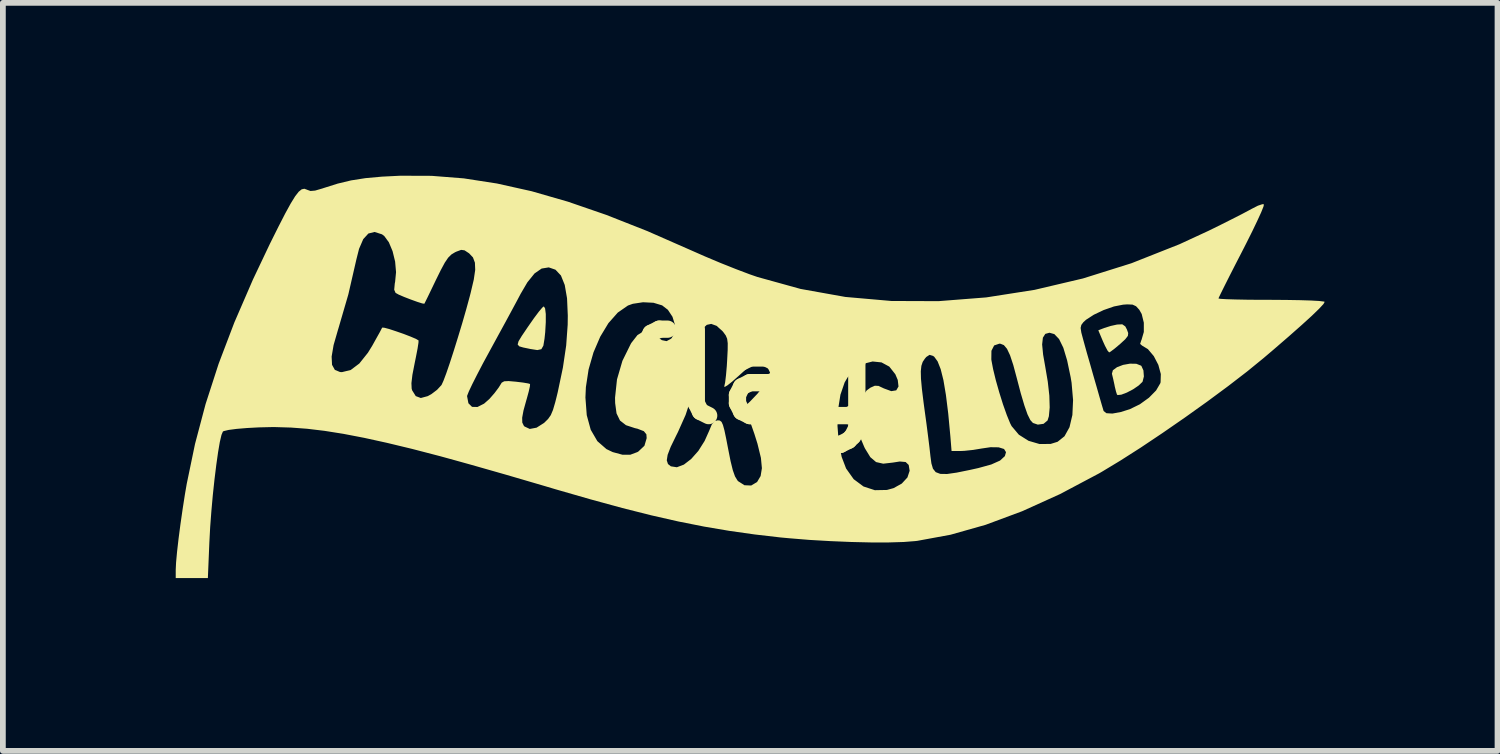
<source format=kicad_pcb>
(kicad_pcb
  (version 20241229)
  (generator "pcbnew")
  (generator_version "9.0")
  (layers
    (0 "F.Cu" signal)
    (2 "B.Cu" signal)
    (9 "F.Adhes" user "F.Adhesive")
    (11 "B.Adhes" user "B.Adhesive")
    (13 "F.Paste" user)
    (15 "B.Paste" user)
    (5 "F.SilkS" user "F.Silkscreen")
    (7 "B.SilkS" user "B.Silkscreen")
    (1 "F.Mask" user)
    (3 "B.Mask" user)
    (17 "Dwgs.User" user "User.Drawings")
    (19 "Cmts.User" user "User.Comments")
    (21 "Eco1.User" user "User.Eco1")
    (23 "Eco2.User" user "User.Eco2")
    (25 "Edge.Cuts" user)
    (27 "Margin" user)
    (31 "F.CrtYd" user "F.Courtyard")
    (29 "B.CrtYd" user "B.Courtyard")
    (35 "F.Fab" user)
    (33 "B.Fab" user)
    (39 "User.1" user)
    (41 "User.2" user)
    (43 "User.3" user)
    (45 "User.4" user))
  (footprint "flag"
    (layer "F.Cu")
    (at 10 3.485)
    (property "Reference" "flag" (at 0 0 0) (layer "F.SilkS") (effects (font (size 1.5 1.5) (thickness 0.3))))
    (attr board_only exclude_from_pos_files exclude_from_bom)
    (fp_poly (pts (xy 6.481 -0.87) (xy 6.509 -0.817) (xy 6.532 -0.754) (xy 6.526 -0.705) (xy 6.48 -0.646) (xy 6.392 -0.565) (xy 6.298 -0.486) (xy 6.228 -0.433) (xy 6.201 -0.418) (xy 6.173 -0.45) (xy 6.129 -0.533) (xy 6.094 -0.61) (xy 6.013 -0.802) (xy 6.115 -0.842) (xy 6.23 -0.878) (xy 6.339 -0.902) (xy 6.429 -0.906)) (stroke (width 0) (type solid)) (fill yes) (layer "F.SilkS"))
    (fp_poly (pts (xy -3.589 -1.182) (xy -3.577 -1.085) (xy -3.577 -0.943) (xy -3.587 -0.769) (xy -3.599 -0.656) (xy -3.619 -0.535) (xy -3.654 -0.474) (xy -3.724 -0.459) (xy -3.846 -0.478) (xy -3.859 -0.481) (xy -3.97 -0.504) (xy -4.038 -0.524) (xy -4.065 -0.556) (xy -4.05 -0.611) (xy -3.994 -0.704) (xy -3.898 -0.846) (xy -3.878 -0.875) (xy -3.781 -1.014) (xy -3.697 -1.126) (xy -3.637 -1.197) (xy -3.611 -1.217)) (stroke (width 0) (type solid)) (fill yes) (layer "F.SilkS"))
    (fp_poly (pts (xy 6.673 -0.221) (xy 6.754 -0.189) (xy 6.761 -0.183) (xy 6.796 -0.106) (xy 6.804 -0.001) (xy 6.782 0.087) (xy 6.777 0.095) (xy 6.711 0.158) (xy 6.615 0.223) (xy 6.508 0.279) (xy 6.413 0.315) (xy 6.349 0.322) (xy 6.337 0.313) (xy 6.32 0.26) (xy 6.297 0.166) (xy 6.295 0.152) (xy 6.271 0.042) (xy 6.25 -0.045) (xy 6.249 -0.048) (xy 6.266 -0.109) (xy 6.338 -0.162) (xy 6.444 -0.202) (xy 6.562 -0.223)) (stroke (width 0) (type solid)) (fill yes) (layer "F.SilkS"))
    (fp_poly (pts (xy -5.558 -3.483) (xy -5 -3.439) (xy -4.424 -3.35) (xy -3.823 -3.216) (xy -3.191 -3.034) (xy -2.524 -2.804) (xy -1.814 -2.524) (xy -1.065 -2.195) (xy -0.813 -2.084) (xy -0.542 -1.97) (xy -0.276 -1.864) (xy -0.038 -1.774) (xy 0.095 -1.728) (xy 0.846 -1.52) (xy 1.623 -1.381) (xy 2.422 -1.311) (xy 3.239 -1.308) (xy 4.068 -1.373) (xy 4.906 -1.504) (xy 5.747 -1.702) (xy 6.588 -1.966) (xy 7.422 -2.296) (xy 7.928 -2.53) (xy 8.135 -2.632) (xy 8.332 -2.731) (xy 8.503 -2.818) (xy 8.631 -2.886) (xy 8.679 -2.912) (xy 8.783 -2.965) (xy 8.861 -2.991) (xy 8.888 -2.988) (xy 8.879 -2.948) (xy 8.84 -2.85) (xy 8.773 -2.704) (xy 8.685 -2.52) (xy 8.579 -2.308) (xy 8.508 -2.169) (xy 8.392 -1.944) (xy 8.289 -1.742) (xy 8.204 -1.573) (xy 8.141 -1.446) (xy 8.105 -1.371) (xy 8.099 -1.354) (xy 8.135 -1.348) (xy 8.237 -1.342) (xy 8.394 -1.337) (xy 8.597 -1.333) (xy 8.833 -1.331) (xy 9.009 -1.331) (xy 9.278 -1.329) (xy 9.513 -1.325) (xy 9.706 -1.319) (xy 9.847 -1.311) (xy 9.927 -1.301) (xy 9.942 -1.296) (xy 9.921 -1.258) (xy 9.845 -1.176) (xy 9.717 -1.052) (xy 9.54 -0.891) (xy 9.317 -0.694) (xy 9.052 -0.465) (xy 8.879 -0.318) (xy 8.597 -0.088) (xy 8.266 0.167) (xy 7.901 0.437) (xy 7.516 0.712) (xy 7.127 0.981) (xy 6.749 1.234) (xy 6.395 1.46) (xy 6.082 1.649) (xy 6.027 1.681) (xy 5.35 2.04) (xy 4.692 2.338) (xy 4.057 2.574) (xy 3.449 2.746) (xy 2.873 2.852) (xy 2.84 2.856) (xy 2.638 2.872) (xy 2.375 2.88) (xy 2.065 2.88) (xy 1.723 2.872) (xy 1.363 2.857) (xy 0.999 2.836) (xy 0.646 2.807) (xy 0.494 2.793) (xy 0.046 2.741) (xy -0.391 2.679) (xy -0.828 2.605) (xy -1.276 2.516) (xy -1.747 2.409) (xy -2.251 2.282) (xy -2.8 2.132) (xy -3.405 1.958) (xy -3.593 1.902) (xy -4.262 1.706) (xy -4.865 1.534) (xy -5.149 1.455) (xy -1.477 1.455) (xy -1.456 1.519) (xy -1.406 1.559) (xy -1.302 1.575) (xy -1.18 1.529) (xy -1.053 1.431) (xy -0.929 1.291) (xy -0.82 1.118) (xy -0.743 0.946) (xy -0.695 0.831) (xy -0.648 0.775) (xy -0.591 0.76) (xy -0.555 0.765) (xy -0.526 0.788) (xy -0.502 0.841) (xy -0.476 0.936) (xy -0.445 1.084) (xy -0.414 1.245) (xy -0.37 1.467) (xy -0.331 1.626) (xy -0.293 1.733) (xy -0.252 1.801) (xy -0.24 1.816) (xy -0.129 1.887) (xy -0.012 1.892) (xy 0.089 1.832) (xy 0.091 1.83) (xy 0.152 1.727) (xy 0.174 1.591) (xy 0.157 1.412) (xy 0.1 1.178) (xy 0.097 1.166) (xy 0.044 0.997) (xy -0.005 0.857) (xy 1.486 0.857) (xy 1.507 1.139) (xy 1.559 1.397) (xy 1.635 1.596) (xy 1.767 1.782) (xy 1.938 1.909) (xy 2.134 1.973) (xy 2.344 1.969) (xy 2.46 1.937) (xy 2.602 1.858) (xy 2.7 1.752) (xy 2.738 1.637) (xy 2.738 1.633) (xy 2.722 1.535) (xy 2.669 1.484) (xy 2.567 1.475) (xy 2.445 1.494) (xy 2.28 1.513) (xy 2.156 1.485) (xy 2.056 1.4) (xy 1.964 1.25) (xy 1.952 1.226) (xy 1.89 1.079) (xy 1.859 0.935) (xy 1.849 0.755) (xy 1.849 0.747) (xy 1.863 0.521) (xy 1.91 0.356) (xy 1.993 0.241) (xy 2.059 0.193) (xy 2.134 0.16) (xy 2.198 0.163) (xy 2.29 0.206) (xy 2.292 0.207) (xy 2.42 0.254) (xy 2.506 0.24) (xy 2.545 0.173) (xy 2.532 0.06) (xy 2.49 -0.039) (xy 2.449 -0.091) (xy 2.932 -0.091) (xy 2.935 0.038) (xy 2.951 0.215) (xy 2.98 0.45) (xy 3 0.598) (xy 3.03 0.817) (xy 3.058 1.035) (xy 3.082 1.228) (xy 3.098 1.371) (xy 3.099 1.381) (xy 3.116 1.508) (xy 3.143 1.6) (xy 3.191 1.66) (xy 3.27 1.69) (xy 3.388 1.692) (xy 3.555 1.668) (xy 3.781 1.622) (xy 3.93 1.589) (xy 4.155 1.527) (xy 4.307 1.459) (xy 4.391 1.382) (xy 4.411 1.313) (xy 4.377 1.258) (xy 4.283 1.229) (xy 4.142 1.227) (xy 3.992 1.249) (xy 3.84 1.274) (xy 3.689 1.29) (xy 3.623 1.293) (xy 3.466 1.293) (xy 3.445 1.036) (xy 3.408 0.642) (xy 3.368 0.32) (xy 3.325 0.064) (xy 3.277 -0.128) (xy 3.224 -0.262) (xy 3.198 -0.298) (xy 4.156 -0.298) (xy 4.158 -0.282) (xy 4.187 -0.128) (xy 4.234 0.065) (xy 4.294 0.276) (xy 4.359 0.484) (xy 4.425 0.67) (xy 4.483 0.812) (xy 4.508 0.861) (xy 4.634 1.01) (xy 4.802 1.116) (xy 4.993 1.172) (xy 5.186 1.17) (xy 5.306 1.133) (xy 5.426 1.037) (xy 5.513 0.88) (xy 5.563 0.668) (xy 5.575 0.409) (xy 5.549 0.108) (xy 5.533 0.012) (xy 5.472 -0.279) (xy 5.406 -0.499) (xy 5.332 -0.65) (xy 5.25 -0.736) (xy 5.165 -0.76) (xy 5.093 -0.74) (xy 5.051 -0.674) (xy 5.038 -0.556) (xy 5.055 -0.38) (xy 5.091 -0.176) (xy 5.136 0.09) (xy 5.163 0.332) (xy 5.169 0.537) (xy 5.155 0.69) (xy 5.132 0.763) (xy 5.063 0.821) (xy 4.963 0.835) (xy 4.878 0.806) (xy 4.833 0.756) (xy 4.784 0.657) (xy 4.73 0.503) (xy 4.666 0.287) (xy 4.6 0.035) (xy 4.537 -0.2) (xy 4.481 -0.369) (xy 4.428 -0.481) (xy 4.374 -0.545) (xy 4.314 -0.569) (xy 4.295 -0.57) (xy 4.205 -0.539) (xy 4.158 -0.447) (xy 4.156 -0.298) (xy 3.198 -0.298) (xy 3.165 -0.343) (xy 3.144 -0.358) (xy 3.084 -0.376) (xy 3.027 -0.339) (xy 3.002 -0.309) (xy 2.965 -0.254) (xy 2.942 -0.185) (xy 2.932 -0.091) (xy 2.449 -0.091) (xy 2.385 -0.172) (xy 2.25 -0.245) (xy 2.096 -0.261) (xy 1.938 -0.221) (xy 1.789 -0.128) (xy 1.661 0.016) (xy 1.61 0.103) (xy 1.537 0.316) (xy 1.496 0.575) (xy 1.486 0.857) (xy -0.005 0.857) (xy -0.012 0.837) (xy -0.061 0.715) (xy -0.075 0.687) (xy -0.148 0.543) (xy -0.031 0.433) (xy 0.096 0.3) (xy 0.216 0.151) (xy 0.317 0.001) (xy 0.389 -0.13) (xy 0.418 -0.227) (xy 0.418 -0.234) (xy 0.397 -0.336) (xy 0.333 -0.376) (xy 0.228 -0.353) (xy 0.081 -0.268) (xy -0.106 -0.122) (xy -0.226 -0.014) (xy -0.339 0.086) (xy -0.425 0.154) (xy -0.473 0.182) (xy -0.479 0.171) (xy -0.464 0.102) (xy -0.449 -0.023) (xy -0.435 -0.183) (xy -0.429 -0.286) (xy -0.42 -0.46) (xy -0.419 -0.577) (xy -0.429 -0.655) (xy -0.453 -0.712) (xy -0.493 -0.767) (xy -0.512 -0.79) (xy -0.572 -0.843) (xy 5.706 -0.843) (xy 5.718 -0.763) (xy 5.747 -0.654) (xy 5.775 -0.552) (xy 5.817 -0.401) (xy 5.87 -0.218) (xy 5.926 -0.02) (xy 5.983 0.177) (xy 6.034 0.356) (xy 6.075 0.498) (xy 6.102 0.588) (xy 6.105 0.599) (xy 6.154 0.637) (xy 6.258 0.643) (xy 6.404 0.616) (xy 6.56 0.567) (xy 6.734 0.482) (xy 6.892 0.368) (xy 7.016 0.242) (xy 7.088 0.119) (xy 7.094 0.1) (xy 7.098 -0.043) (xy 7.055 -0.202) (xy 6.976 -0.354) (xy 6.874 -0.475) (xy 6.772 -0.537) (xy 6.739 -0.566) (xy 6.758 -0.626) (xy 6.763 -0.636) (xy 6.803 -0.773) (xy 6.803 -0.934) (xy 6.766 -1.085) (xy 6.724 -1.159) (xy 6.668 -1.22) (xy 6.607 -1.248) (xy 6.514 -1.252) (xy 6.443 -1.247) (xy 6.285 -1.216) (xy 6.107 -1.154) (xy 5.936 -1.073) (xy 5.8 -0.985) (xy 5.753 -0.942) (xy 5.718 -0.895) (xy 5.706 -0.843) (xy -0.572 -0.843) (xy -0.611 -0.879) (xy -0.705 -0.913) (xy -0.706 -0.913) (xy -0.782 -0.897) (xy -0.84 -0.843) (xy -0.885 -0.742) (xy -0.919 -0.586) (xy -0.945 -0.366) (xy -0.953 -0.271) (xy -0.993 0.077) (xy -1.056 0.38) (xy -1.15 0.666) (xy -1.283 0.964) (xy -1.316 1.03) (xy -1.409 1.221) (xy -1.462 1.359) (xy -1.477 1.455) (xy -5.149 1.455) (xy -5.407 1.384) (xy -5.895 1.257) (xy -6.335 1.151) (xy -6.731 1.064) (xy -7.09 0.995) (xy -7.417 0.943) (xy -7.718 0.907) (xy -7.999 0.886) (xy -8.265 0.878) (xy -8.346 0.878) (xy -8.56 0.883) (xy -8.763 0.894) (xy -8.942 0.909) (xy -9.081 0.927) (xy -9.165 0.947) (xy -9.181 0.955) (xy -9.206 1.014) (xy -9.235 1.138) (xy -9.265 1.315) (xy -9.296 1.534) (xy -9.327 1.785) (xy -9.356 2.056) (xy -9.381 2.335) (xy -9.402 2.612) (xy -9.416 2.876) (xy -9.417 2.899) (xy -9.442 3.498) (xy -9.721 3.498) (xy -10 3.498) (xy -10 3.354) (xy -9.994 3.229) (xy -9.977 3.044) (xy -9.951 2.817) (xy -9.918 2.564) (xy -9.88 2.3) (xy -9.84 2.043) (xy -9.809 1.863) (xy -9.665 1.17) (xy -9.482 0.479) (xy -9.256 -0.219) (xy -9.208 -0.346) (xy -7.294 -0.346) (xy -7.287 -0.203) (xy -7.238 -0.115) (xy -7.148 -0.078) (xy -7.115 -0.076) (xy -6.963 -0.113) (xy -6.813 -0.226) (xy -6.664 -0.413) (xy -6.59 -0.533) (xy -6.516 -0.666) (xy -6.456 -0.773) (xy -6.422 -0.839) (xy -6.417 -0.849) (xy -6.381 -0.847) (xy -6.294 -0.824) (xy -6.176 -0.785) (xy -6.046 -0.74) (xy -5.924 -0.693) (xy -5.83 -0.653) (xy -5.785 -0.626) (xy -5.787 -0.586) (xy -5.802 -0.488) (xy -5.829 -0.348) (xy -5.852 -0.235) (xy -5.892 -0.03) (xy -5.909 0.115) (xy -5.905 0.21) (xy -5.897 0.239) (xy -5.834 0.34) (xy -5.746 0.373) (xy -5.631 0.342) (xy -4.943 0.342) (xy -4.92 0.464) (xy -4.857 0.527) (xy -4.763 0.529) (xy -4.648 0.471) (xy -4.556 0.39) (xy -4.467 0.288) (xy -4.395 0.192) (xy -4.373 0.157) (xy -4.342 0.107) (xy -4.299 0.083) (xy -4.223 0.079) (xy -4.096 0.09) (xy -3.972 0.105) (xy -3.883 0.12) (xy -3.85 0.13) (xy -3.853 0.171) (xy -3.874 0.265) (xy -3.909 0.393) (xy -3.914 0.409) (xy -3.964 0.59) (xy -3.987 0.715) (xy -3.985 0.799) (xy -3.958 0.855) (xy -3.947 0.867) (xy -3.855 0.91) (xy -3.737 0.888) (xy -3.606 0.805) (xy -3.598 0.797) (xy -3.537 0.737) (xy -3.49 0.67) (xy -3.452 0.58) (xy -3.413 0.447) (xy -3.392 0.364) (xy -2.889 0.364) (xy -2.866 0.671) (xy -2.797 0.924) (xy -2.682 1.122) (xy -2.524 1.26) (xy -2.415 1.312) (xy -2.245 1.358) (xy -2.111 1.358) (xy -1.988 1.312) (xy -1.972 1.303) (xy -1.865 1.202) (xy -1.826 1.07) (xy -1.831 1.003) (xy -1.875 0.949) (xy -1.986 0.906) (xy -2.03 0.896) (xy -2.185 0.845) (xy -2.289 0.764) (xy -2.349 0.64) (xy -2.373 0.462) (xy -2.375 0.368) (xy -2.341 0.05) (xy -2.247 -0.272) (xy -2.102 -0.566) (xy -2.092 -0.583) (xy -1.986 -0.719) (xy -1.883 -0.782) (xy -1.776 -0.774) (xy -1.671 -0.707) (xy -1.562 -0.631) (xy -1.48 -0.614) (xy -1.406 -0.654) (xy -1.391 -0.668) (xy -1.338 -0.77) (xy -1.336 -0.9) (xy -1.378 -1.037) (xy -1.458 -1.158) (xy -1.558 -1.235) (xy -1.708 -1.28) (xy -1.889 -1.289) (xy -2.067 -1.262) (xy -2.151 -1.232) (xy -2.327 -1.11) (xy -2.49 -0.926) (xy -2.632 -0.691) (xy -2.749 -0.419) (xy -2.834 -0.123) (xy -2.881 0.185) (xy -2.889 0.364) (xy -3.392 0.364) (xy -3.37 0.274) (xy -3.28 -0.154) (xy -3.223 -0.538) (xy -3.197 -0.898) (xy -3.195 -1.058) (xy -3.208 -1.358) (xy -3.248 -1.589) (xy -3.314 -1.753) (xy -3.409 -1.854) (xy -3.525 -1.894) (xy -3.649 -1.874) (xy -3.772 -1.789) (xy -3.897 -1.634) (xy -4.013 -1.436) (xy -4.076 -1.317) (xy -4.168 -1.146) (xy -4.28 -0.939) (xy -4.404 -0.712) (xy -4.531 -0.479) (xy -4.55 -0.444) (xy -4.667 -0.229) (xy -4.769 -0.033) (xy -4.853 0.133) (xy -4.912 0.258) (xy -4.941 0.331) (xy -4.943 0.342) (xy -5.631 0.342) (xy -5.625 0.34) (xy -5.563 0.306) (xy -5.464 0.231) (xy -5.389 0.15) (xy -5.385 0.144) (xy -5.353 0.074) (xy -5.304 -0.056) (xy -5.243 -0.234) (xy -5.174 -0.447) (xy -5.101 -0.682) (xy -5.027 -0.926) (xy -4.958 -1.166) (xy -4.897 -1.39) (xy -4.881 -1.452) (xy -4.827 -1.681) (xy -4.802 -1.851) (xy -4.807 -1.976) (xy -4.841 -2.067) (xy -4.906 -2.136) (xy -4.914 -2.142) (xy -4.987 -2.19) (xy -5.046 -2.198) (xy -5.127 -2.168) (xy -5.151 -2.157) (xy -5.214 -2.119) (xy -5.271 -2.063) (xy -5.33 -1.976) (xy -5.401 -1.844) (xy -5.48 -1.684) (xy -5.557 -1.524) (xy -5.621 -1.391) (xy -5.666 -1.3) (xy -5.685 -1.263) (xy -5.685 -1.263) (xy -5.723 -1.269) (xy -5.808 -1.296) (xy -5.919 -1.336) (xy -6.033 -1.38) (xy -6.129 -1.421) (xy -6.183 -1.451) (xy -6.184 -1.451) (xy -6.208 -1.506) (xy -6.198 -1.614) (xy -6.192 -1.644) (xy -6.176 -1.811) (xy -6.192 -1.995) (xy -6.236 -2.175) (xy -6.301 -2.33) (xy -6.381 -2.439) (xy -6.42 -2.468) (xy -6.548 -2.509) (xy -6.656 -2.482) (xy -6.745 -2.385) (xy -6.818 -2.216) (xy -6.864 -2.034) (xy -7.004 -1.425) (xy -7.174 -0.842) (xy -7.185 -0.806) (xy -7.26 -0.546) (xy -7.294 -0.346) (xy -9.208 -0.346) (xy -8.983 -0.937) (xy -8.659 -1.685) (xy -8.367 -2.3) (xy -8.22 -2.595) (xy -8.101 -2.827) (xy -8.005 -3.002) (xy -7.928 -3.127) (xy -7.866 -3.207) (xy -7.814 -3.249) (xy -7.767 -3.259) (xy -7.723 -3.243) (xy -7.719 -3.241) (xy -7.661 -3.22) (xy -7.581 -3.227) (xy -7.457 -3.263) (xy -7.427 -3.273) (xy -7.189 -3.348) (xy -6.956 -3.404) (xy -6.707 -3.443) (xy -6.422 -3.469) (xy -6.103 -3.485)) (stroke (width 0) (type solid)) (fill yes) (layer "F.SilkS")))
  (gr_rect
    (start -3 -3)
    (end 22.942 9.983)
    (stroke (width 0.1) (type default))
    (fill no)
    (layer "Edge.Cuts")))
</source>
